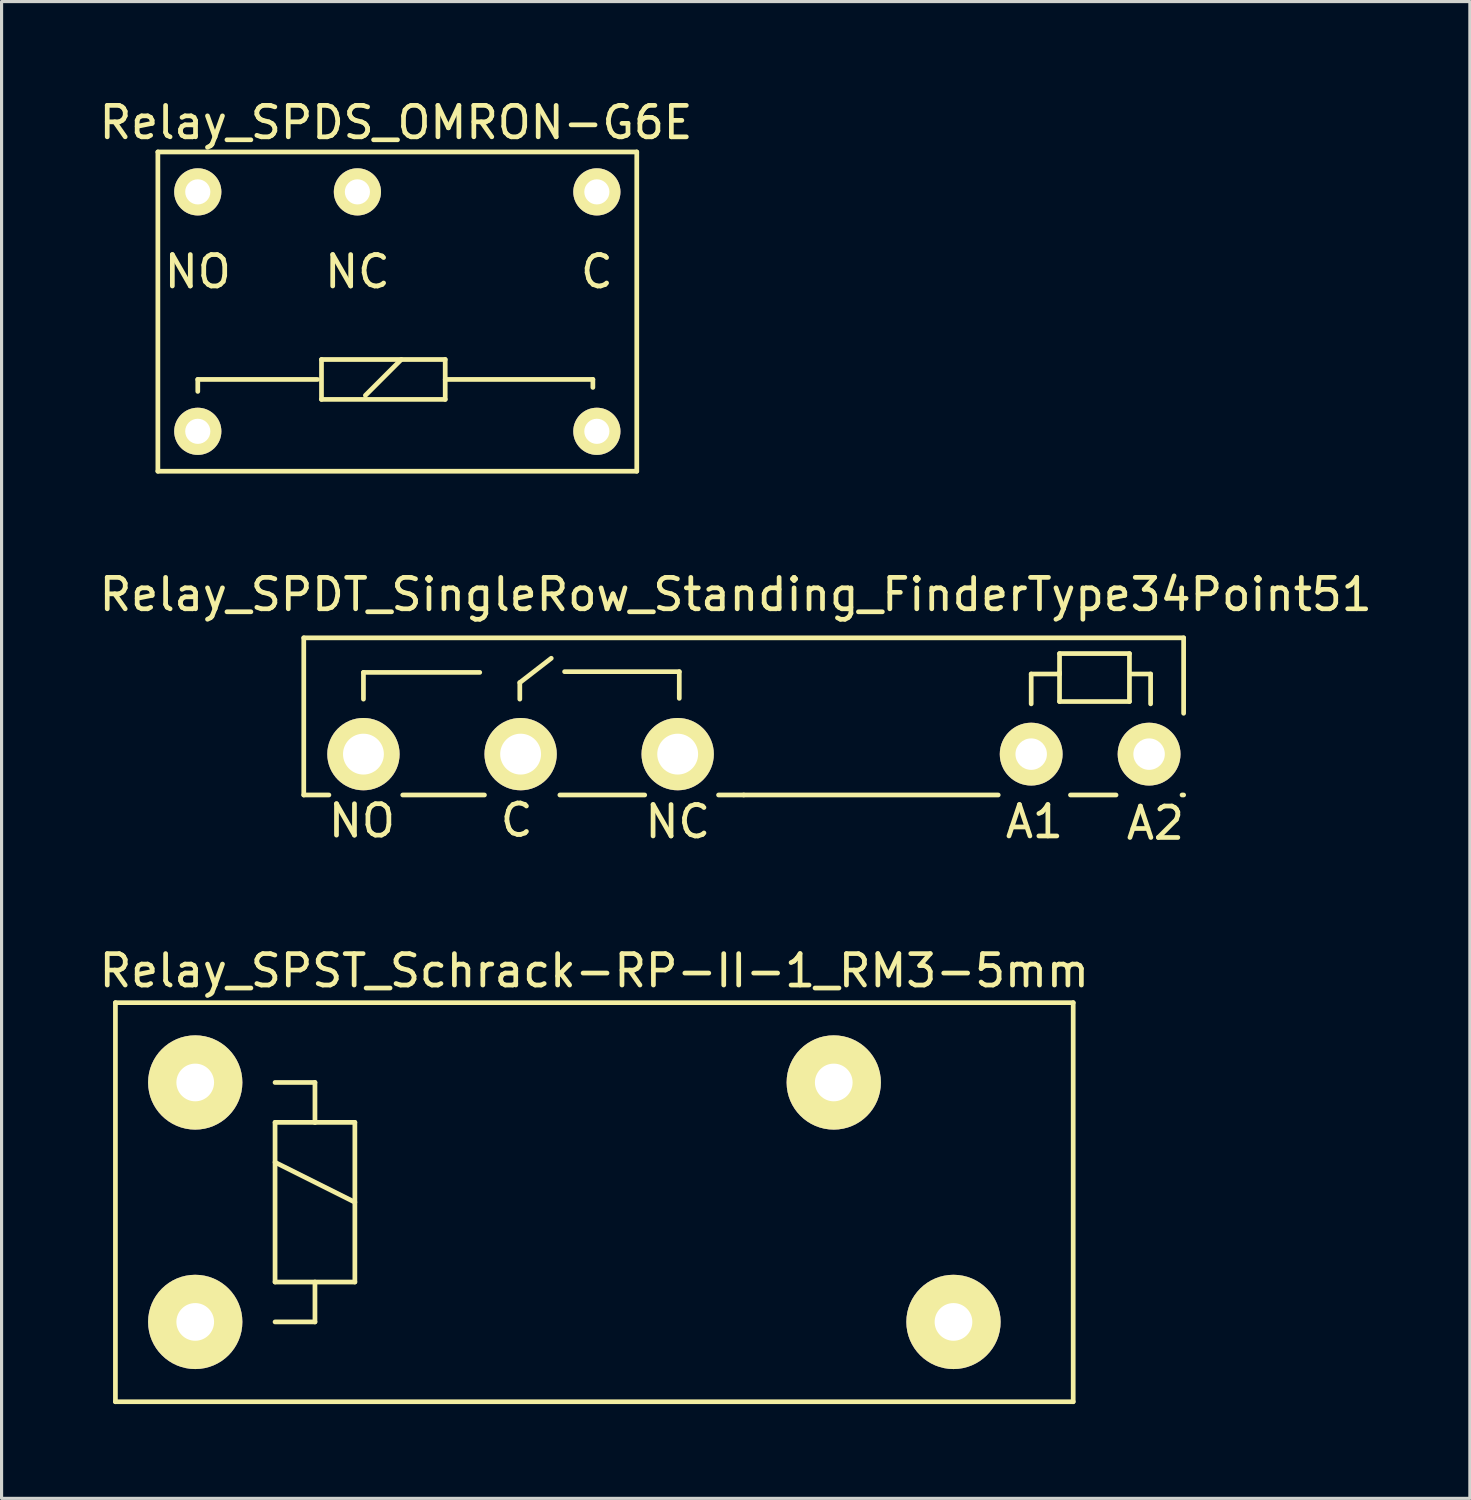
<source format=kicad_pcb>
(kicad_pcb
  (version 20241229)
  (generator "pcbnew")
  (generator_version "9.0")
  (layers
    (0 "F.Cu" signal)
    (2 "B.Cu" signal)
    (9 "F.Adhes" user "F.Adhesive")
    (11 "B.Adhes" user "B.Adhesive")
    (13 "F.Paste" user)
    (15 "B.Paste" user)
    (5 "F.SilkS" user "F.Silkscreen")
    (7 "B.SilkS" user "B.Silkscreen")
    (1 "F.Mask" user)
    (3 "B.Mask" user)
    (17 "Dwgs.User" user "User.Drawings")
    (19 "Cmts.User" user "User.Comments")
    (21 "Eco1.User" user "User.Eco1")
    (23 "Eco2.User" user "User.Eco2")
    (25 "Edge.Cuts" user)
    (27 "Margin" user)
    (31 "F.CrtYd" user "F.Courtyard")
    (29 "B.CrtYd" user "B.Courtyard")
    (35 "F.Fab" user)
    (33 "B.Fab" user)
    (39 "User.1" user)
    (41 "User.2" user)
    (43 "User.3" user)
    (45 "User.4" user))
  (footprint "Relay_SPDS_OMRON-G6E"
    (layer "F.Cu")
    (at 3.244 10.676)
    (property "Reference" "Relay_SPDS_OMRON-G6E" (at 6.309 -9.827 0) (layer "F.SilkS") (effects (font (size 1 1) (thickness 0.15))))
    (attr through_hole)
    (fp_line (start -1.27 -8.89) (end -1.27 1.27) (stroke (width 0.15) (type solid)) (layer "F.SilkS"))
    (fp_line (start -1.27 1.27) (end 13.97 1.27) (stroke (width 0.15) (type solid)) (layer "F.SilkS"))
    (fp_line (start 0 -1.651) (end 0 -1.27) (stroke (width 0.15) (type solid)) (layer "F.SilkS"))
    (fp_line (start 3.81 -1.651) (end 0 -1.651) (stroke (width 0.15) (type solid)) (layer "F.SilkS"))
    (fp_line (start 3.937 -2.286) (end 7.874 -2.286) (stroke (width 0.15) (type solid)) (layer "F.SilkS"))
    (fp_line (start 3.937 -1.016) (end 3.937 -2.286) (stroke (width 0.15) (type solid)) (layer "F.SilkS"))
    (fp_line (start 5.334 -1.143) (end 6.477 -2.286) (stroke (width 0.15) (type solid)) (layer "F.SilkS"))
    (fp_line (start 7.874 -2.286) (end 7.874 -1.016) (stroke (width 0.15) (type solid)) (layer "F.SilkS"))
    (fp_line (start 7.874 -1.651) (end 12.573 -1.651) (stroke (width 0.15) (type solid)) (layer "F.SilkS"))
    (fp_line (start 7.874 -1.016) (end 3.937 -1.016) (stroke (width 0.15) (type solid)) (layer "F.SilkS"))
    (fp_line (start 12.573 -1.651) (end 12.573 -1.397) (stroke (width 0.15) (type solid)) (layer "F.SilkS"))
    (fp_line (start 13.97 -8.89) (end -1.27 -8.89) (stroke (width 0.15) (type solid)) (layer "F.SilkS"))
    (fp_line (start 13.97 1.27) (end 13.97 -8.89) (stroke (width 0.15) (type solid)) (layer "F.SilkS"))
    (fp_text user "C" (at 12.7 -5.08 0) (layer "F.SilkS") (effects (font (size 1 1) (thickness 0.15))))
    (fp_text user "NC" (at 5.08 -5.08 0) (layer "F.SilkS") (effects (font (size 1 1) (thickness 0.15))))
    (fp_text user "NO" (at 0 -5.08 0) (layer "F.SilkS") (effects (font (size 1 1) (thickness 0.15))))
    (pad "1" thru_hole circle (at 0 0) (size 1.501 1.501) (drill 0.8) (layers "*.Cu" "*.Mask" "F.SilkS"))
    (pad "6" thru_hole circle (at 12.7 0) (size 1.501 1.501) (drill 0.8) (layers "*.Cu" "*.Mask" "F.SilkS"))
    (pad "7" thru_hole circle (at 12.7 -7.62) (size 1.501 1.501) (drill 0.8) (layers "*.Cu" "*.Mask" "F.SilkS"))
    (pad "10" thru_hole circle (at 5.08 -7.62) (size 1.501 1.501) (drill 0.8) (layers "*.Cu" "*.Mask" "F.SilkS"))
    (pad "12" thru_hole circle (at 0 -7.62) (size 1.501 1.501) (drill 0.8) (layers "*.Cu" "*.Mask" "F.SilkS")))
  (footprint "Relay_SPST_Schrack-RP-II-1_RM3-5mm"
    (layer "F.Cu")
    (at 3.163 39.018)
    (property "Reference" "Relay_SPST_Schrack-RP-II-1_RM3-5mm" (at 12.7 -11.176 0) (layer "F.SilkS") (effects (font (size 1 1) (thickness 0.15))))
    (attr through_hole)
    (fp_line (start -2.54 -10.16) (end 27.94 -10.16) (stroke (width 0.15) (type solid)) (layer "F.SilkS"))
    (fp_line (start -2.54 2.54) (end -2.54 -10.16) (stroke (width 0.15) (type solid)) (layer "F.SilkS"))
    (fp_line (start 2.54 -7.62) (end 3.81 -7.62) (stroke (width 0.15) (type solid)) (layer "F.SilkS"))
    (fp_line (start 2.54 -6.35) (end 3.81 -6.35) (stroke (width 0.15) (type solid)) (layer "F.SilkS"))
    (fp_line (start 2.54 -5.08) (end 5.08 -3.81) (stroke (width 0.15) (type solid)) (layer "F.SilkS"))
    (fp_line (start 2.54 -1.27) (end 2.54 -6.35) (stroke (width 0.15) (type solid)) (layer "F.SilkS"))
    (fp_line (start 3.81 -7.62) (end 3.81 -6.35) (stroke (width 0.15) (type solid)) (layer "F.SilkS"))
    (fp_line (start 3.81 -6.35) (end 5.08 -6.35) (stroke (width 0.15) (type solid)) (layer "F.SilkS"))
    (fp_line (start 3.81 -1.27) (end 3.81 0) (stroke (width 0.15) (type solid)) (layer "F.SilkS"))
    (fp_line (start 3.81 0) (end 2.54 0) (stroke (width 0.15) (type solid)) (layer "F.SilkS"))
    (fp_line (start 5.08 -6.35) (end 5.08 -1.27) (stroke (width 0.15) (type solid)) (layer "F.SilkS"))
    (fp_line (start 5.08 -1.27) (end 2.54 -1.27) (stroke (width 0.15) (type solid)) (layer "F.SilkS"))
    (fp_line (start 27.94 -10.16) (end 27.94 2.54) (stroke (width 0.15) (type solid)) (layer "F.SilkS"))
    (fp_line (start 27.94 2.54) (end -2.54 2.54) (stroke (width 0.15) (type solid)) (layer "F.SilkS"))
    (pad "13" thru_hole circle (at 20.32 -7.62) (size 3 3) (drill 1.199) (layers "*.Cu" "*.Mask" "F.SilkS"))
    (pad "14" thru_hole circle (at 24.13 0) (size 3 3) (drill 1.199) (layers "*.Cu" "*.Mask" "F.SilkS"))
    (pad "A1" thru_hole circle (at 0 -7.62) (size 3 3) (drill 1.199) (layers "*.Cu" "*.Mask" "F.SilkS"))
    (pad "A2" thru_hole circle (at 0 0) (size 3 3) (drill 1.199) (layers "*.Cu" "*.Mask" "F.SilkS")))
  (footprint "Relay_SPDT_SingleRow_Standing_FinderType34Point51"
    (layer "F.Cu")
    (at 20.363 20.949)
    (property "Reference" "Relay_SPDT_SingleRow_Standing_FinderType34Point51" (at 0 -5.08 0) (layer "F.SilkS") (effects (font (size 1 1) (thickness 0.15))))
    (attr through_hole)
    (fp_line (start -13.746 -3.701) (end 14.254 -3.701) (stroke (width 0.15) (type solid)) (layer "F.SilkS"))
    (fp_line (start -13.746 1.3) (end -13.746 -3.701) (stroke (width 0.15) (type solid)) (layer "F.SilkS"))
    (fp_line (start -12.946 1.3) (end -13.746 1.3) (stroke (width 0.15) (type solid)) (layer "F.SilkS"))
    (fp_line (start -11.847 -2.601) (end -11.847 -1.75) (stroke (width 0.15) (type solid)) (layer "F.SilkS"))
    (fp_line (start -8.146 -2.601) (end -11.847 -2.601) (stroke (width 0.15) (type solid)) (layer "F.SilkS"))
    (fp_line (start -7.996 1.3) (end -10.597 1.3) (stroke (width 0.15) (type solid)) (layer "F.SilkS"))
    (fp_line (start -6.871 -2.276) (end -5.87 -3.051) (stroke (width 0.15) (type solid)) (layer "F.SilkS"))
    (fp_line (start -6.871 -1.75) (end -6.871 -2.276) (stroke (width 0.15) (type solid)) (layer "F.SilkS"))
    (fp_line (start -5.446 -2.624) (end -1.796 -2.624) (stroke (width 0.15) (type solid)) (layer "F.SilkS"))
    (fp_line (start -2.896 1.3) (end -5.596 1.3) (stroke (width 0.15) (type solid)) (layer "F.SilkS"))
    (fp_line (start -1.796 -2.624) (end -1.796 -1.775) (stroke (width 0.15) (type solid)) (layer "F.SilkS"))
    (fp_line (start 0.254 1.3) (end -0.546 1.3) (stroke (width 0.15) (type solid)) (layer "F.SilkS"))
    (fp_line (start 8.354 1.3) (end 0.254 1.3) (stroke (width 0.15) (type solid)) (layer "F.SilkS"))
    (fp_line (start 9.403 -2.55) (end 10.305 -2.55) (stroke (width 0.15) (type solid)) (layer "F.SilkS"))
    (fp_line (start 9.403 -1.6) (end 9.403 -2.55) (stroke (width 0.15) (type solid)) (layer "F.SilkS"))
    (fp_line (start 10.305 -3.2) (end 12.53 -3.2) (stroke (width 0.15) (type solid)) (layer "F.SilkS"))
    (fp_line (start 10.305 -2.55) (end 10.305 -3.2) (stroke (width 0.15) (type solid)) (layer "F.SilkS"))
    (fp_line (start 10.305 -1.674) (end 10.305 -2.601) (stroke (width 0.15) (type solid)) (layer "F.SilkS"))
    (fp_line (start 12.103 1.3) (end 10.653 1.3) (stroke (width 0.15) (type solid)) (layer "F.SilkS"))
    (fp_line (start 12.53 -3.2) (end 12.53 -1.674) (stroke (width 0.15) (type solid)) (layer "F.SilkS"))
    (fp_line (start 12.53 -1.674) (end 10.305 -1.674) (stroke (width 0.15) (type solid)) (layer "F.SilkS"))
    (fp_line (start 12.555 -2.55) (end 13.203 -2.55) (stroke (width 0.15) (type solid)) (layer "F.SilkS"))
    (fp_line (start 13.203 -2.55) (end 13.203 -1.6) (stroke (width 0.15) (type solid)) (layer "F.SilkS"))
    (fp_line (start 14.254 -3.701) (end 14.254 -1.3) (stroke (width 0.15) (type solid)) (layer "F.SilkS"))
    (fp_line (start 14.254 1.3) (end 14.204 1.3) (stroke (width 0.15) (type solid)) (layer "F.SilkS"))
    (fp_text user "A2" (at 13.355 2.197 0) (layer "F.SilkS") (effects (font (size 1 1) (thickness 0.15))))
    (fp_text user "NO" (at -11.895 2.123 0) (layer "F.SilkS") (effects (font (size 1 1) (thickness 0.15))))
    (fp_text user "NC" (at -1.844 2.149 0) (layer "F.SilkS") (effects (font (size 1 1) (thickness 0.15))))
    (fp_text user "C" (at -6.97 2.101 0) (layer "F.SilkS") (effects (font (size 1 1) (thickness 0.15))))
    (fp_text user "A1" (at 9.505 2.149 0) (layer "F.SilkS") (effects (font (size 1 1) (thickness 0.15))))
    (pad "11" thru_hole circle (at -6.845 0 180) (size 2.301 2.301) (drill 1.3) (layers "*.Cu" "*.Mask" "F.SilkS"))
    (pad "12" thru_hole circle (at -1.847 0 180) (size 2.301 2.301) (drill 1.3) (layers "*.Cu" "*.Mask" "F.SilkS"))
    (pad "14" thru_hole circle (at -11.847 0 180) (size 2.301 2.301) (drill 1.3) (layers "*.Cu" "*.Mask" "F.SilkS"))
    (pad "A1" thru_hole circle (at 9.403 0 180) (size 1.999 1.999) (drill 1.001) (layers "*.Cu" "*.Mask" "F.SilkS"))
    (pad "A2" thru_hole circle (at 13.155 0 180) (size 1.999 1.999) (drill 1.001) (layers "*.Cu" "*.Mask" "F.SilkS")))
  (gr_rect
    (start -3 -3)
    (end 43.726 44.633)
    (stroke (width 0.1) (type default))
    (fill no)
    (layer "Edge.Cuts")))
</source>
